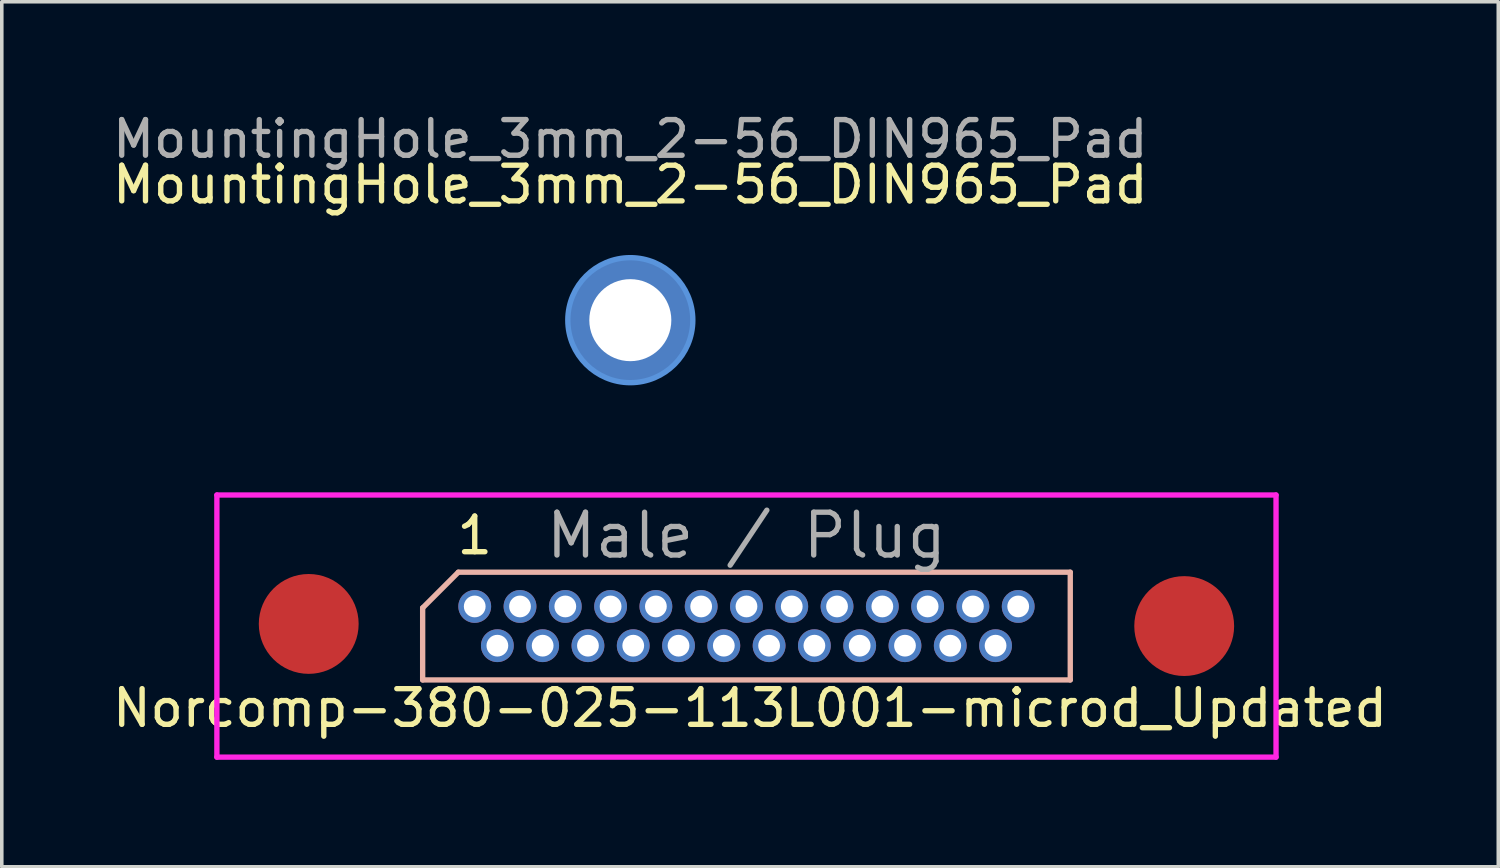
<source format=kicad_pcb>
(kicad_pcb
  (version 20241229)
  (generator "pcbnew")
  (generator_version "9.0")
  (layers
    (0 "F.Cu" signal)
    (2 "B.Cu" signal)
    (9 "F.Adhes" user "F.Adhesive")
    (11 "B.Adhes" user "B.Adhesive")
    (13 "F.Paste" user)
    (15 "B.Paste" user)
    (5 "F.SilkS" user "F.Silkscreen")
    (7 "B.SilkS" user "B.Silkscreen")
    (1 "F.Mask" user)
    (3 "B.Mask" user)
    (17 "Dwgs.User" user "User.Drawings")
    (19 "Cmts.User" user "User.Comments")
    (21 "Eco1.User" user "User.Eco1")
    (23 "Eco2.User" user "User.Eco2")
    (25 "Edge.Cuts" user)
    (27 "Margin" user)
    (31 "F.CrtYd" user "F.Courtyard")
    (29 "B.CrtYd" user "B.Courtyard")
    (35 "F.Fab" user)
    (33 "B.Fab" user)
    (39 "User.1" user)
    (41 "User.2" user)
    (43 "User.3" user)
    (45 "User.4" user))
  (footprint "Norcomp-380-025-113L001-microd_Updated"
    (layer "F.Cu")
    (at 17.882 14.506)
    (property "Reference" "Norcomp-380-025-113L001-microd_Updated" (at 0.1 2.3 0) (layer "F.SilkS") (effects (font (size 1 1) (thickness 0.15))))
    (attr through_hole)
    (fp_line (start -9.08 -0.51) (end -9.08 1.51) (stroke (width 0.15) (type solid)) (layer "B.SilkS"))
    (fp_line (start -9.08 1.51) (end 9.08 1.51) (stroke (width 0.15) (type solid)) (layer "B.SilkS"))
    (fp_line (start -8.08 -1.51) (end -9.08 -0.51) (stroke (width 0.15) (type solid)) (layer "B.SilkS"))
    (fp_line (start 9.08 -1.51) (end -8.08 -1.51) (stroke (width 0.15) (type solid)) (layer "B.SilkS"))
    (fp_line (start 9.08 1.51) (end 9.08 -1.51) (stroke (width 0.15) (type solid)) (layer "B.SilkS"))
    (fp_line (start -14.85 -3.675) (end -14.85 3.675) (stroke (width 0.15) (type solid)) (layer "F.CrtYd"))
    (fp_line (start -14.85 3.675) (end 14.85 3.675) (stroke (width 0.15) (type solid)) (layer "F.CrtYd"))
    (fp_line (start 14.85 -3.675) (end -14.85 -3.675) (stroke (width 0.15) (type solid)) (layer "F.CrtYd"))
    (fp_line (start 14.85 3.675) (end 14.85 -3.675) (stroke (width 0.15) (type solid)) (layer "F.CrtYd"))
    (fp_text user "1" (at -7.62 -2.54 0) (layer "F.SilkS") (effects (font (size 1 1) (thickness 0.15))))
    (fp_text user "Male / Plug" (at 0 -2.54 0) (layer "F.Fab") (effects (font (size 1.2 1.2) (thickness 0.15))))
    (pad "1" thru_hole oval (at -7.62 -0.55) (size 0.92 0.92) (drill 0.61) (layers "*.Cu" "*.Mask"))
    (pad "2" thru_hole oval (at -6.35 -0.55) (size 0.92 0.92) (drill 0.61) (layers "*.Cu" "*.Mask"))
    (pad "3" thru_hole oval (at -5.08 -0.55) (size 0.92 0.92) (drill 0.61) (layers "*.Cu" "*.Mask"))
    (pad "4" thru_hole oval (at -3.81 -0.55) (size 0.92 0.92) (drill 0.61) (layers "*.Cu" "*.Mask"))
    (pad "5" thru_hole oval (at -2.54 -0.55) (size 0.92 0.92) (drill 0.61) (layers "*.Cu" "*.Mask"))
    (pad "6" thru_hole oval (at -1.27 -0.55) (size 0.92 0.92) (drill 0.61) (layers "*.Cu" "*.Mask"))
    (pad "7" thru_hole oval (at 0 -0.55) (size 0.92 0.92) (drill 0.61) (layers "*.Cu" "*.Mask"))
    (pad "8" thru_hole oval (at 1.27 -0.55) (size 0.92 0.92) (drill 0.61) (layers "*.Cu" "*.Mask"))
    (pad "9" thru_hole oval (at 2.54 -0.55) (size 0.92 0.92) (drill 0.61) (layers "*.Cu" "*.Mask"))
    (pad "10" thru_hole oval (at 3.81 -0.55) (size 0.92 0.92) (drill 0.61) (layers "*.Cu" "*.Mask"))
    (pad "11" thru_hole oval (at 5.08 -0.55) (size 0.92 0.92) (drill 0.61) (layers "*.Cu" "*.Mask"))
    (pad "12" thru_hole oval (at 6.35 -0.55) (size 0.92 0.92) (drill 0.61) (layers "*.Cu" "*.Mask"))
    (pad "13" thru_hole oval (at 7.62 -0.55) (size 0.92 0.92) (drill 0.61) (layers "*.Cu" "*.Mask"))
    (pad "14" thru_hole oval (at -6.985 0.55) (size 0.92 0.92) (drill 0.61) (layers "*.Cu" "*.Mask"))
    (pad "15" thru_hole oval (at -5.715 0.55) (size 0.92 0.92) (drill 0.61) (layers "*.Cu" "*.Mask"))
    (pad "16" thru_hole oval (at -4.445 0.55) (size 0.92 0.92) (drill 0.61) (layers "*.Cu" "*.Mask"))
    (pad "17" thru_hole oval (at -3.175 0.55) (size 0.92 0.92) (drill 0.61) (layers "*.Cu" "*.Mask"))
    (pad "18" thru_hole oval (at -1.905 0.55) (size 0.92 0.92) (drill 0.61) (layers "*.Cu" "*.Mask"))
    (pad "19" thru_hole oval (at -0.635 0.55) (size 0.92 0.92) (drill 0.61) (layers "*.Cu" "*.Mask"))
    (pad "20" thru_hole oval (at 0.635 0.55) (size 0.92 0.92) (drill 0.61) (layers "*.Cu" "*.Mask"))
    (pad "21" thru_hole oval (at 1.905 0.55) (size 0.92 0.92) (drill 0.61) (layers "*.Cu" "*.Mask"))
    (pad "22" thru_hole oval (at 3.175 0.55) (size 0.92 0.92) (drill 0.61) (layers "*.Cu" "*.Mask"))
    (pad "23" thru_hole oval (at 4.445 0.55) (size 0.92 0.92) (drill 0.61) (layers "*.Cu" "*.Mask"))
    (pad "24" thru_hole oval (at 5.715 0.55) (size 0.92 0.92) (drill 0.61) (layers "*.Cu" "*.Mask"))
    (pad "25" thru_hole oval (at 6.985 0.55) (size 0.92 0.92) (drill 0.61) (layers "*.Cu" "*.Mask"))
    (pad "GND" smd circle (at -12.275 -0.06) (size 2.8 2.8) (layers "F.Cu" "F.Mask" "F.Paste"))
    (pad "GND" smd circle (at 12.275 0) (size 2.8 2.8) (layers "F.Cu" "F.Mask" "F.Paste")))
  (footprint "MountingHole_3mm_2-56_DIN965_Pad"
    (layer "F.Cu")
    (at 14.625 5.928)
    (property "Reference" "MountingHole_3mm_2-56_DIN965_Pad" (at 0 -3.8 0) (layer "F.SilkS") (effects (font (size 1 1) (thickness 0.15))))
    (attr exclude_from_pos_files exclude_from_bom)
    (fp_circle (center 0 0) (end 1.753 0) (stroke (width 0.15) (type solid)) (fill no) (layer "Cmts.User"))
    (fp_circle (center 0 0) (end 1.753 0) (stroke (width 0.05) (type solid)) (fill no) (layer "F.CrtYd"))
    (fp_text user "${REFERENCE}" (at 0 -5.08 0) (layer "F.Fab") (effects (font (size 1 1) (thickness 0.15))))
    (pad "1" thru_hole circle (at 0 0) (size 3.5 3.5) (drill 2.3) (layers "*.Cu" "*.Mask")))
  (gr_rect
    (start -3 -3)
    (end 38.964 21.256)
    (stroke (width 0.1) (type default))
    (fill no)
    (layer "Edge.Cuts")))
</source>
